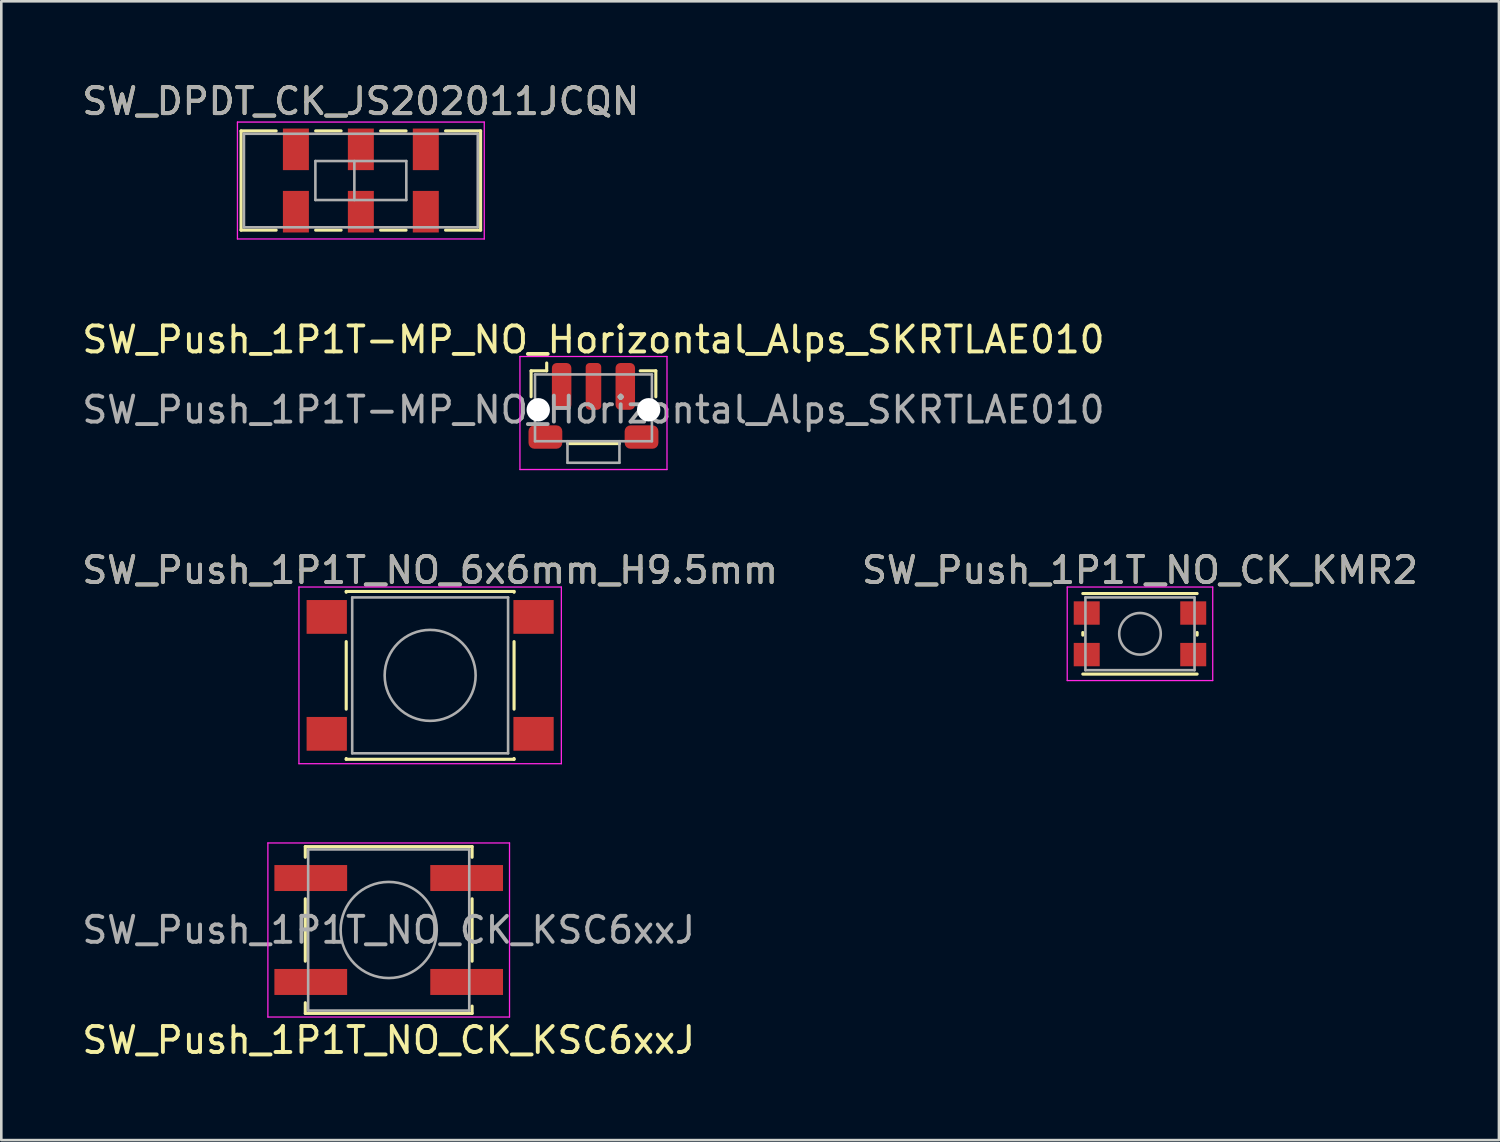
<source format=kicad_pcb>
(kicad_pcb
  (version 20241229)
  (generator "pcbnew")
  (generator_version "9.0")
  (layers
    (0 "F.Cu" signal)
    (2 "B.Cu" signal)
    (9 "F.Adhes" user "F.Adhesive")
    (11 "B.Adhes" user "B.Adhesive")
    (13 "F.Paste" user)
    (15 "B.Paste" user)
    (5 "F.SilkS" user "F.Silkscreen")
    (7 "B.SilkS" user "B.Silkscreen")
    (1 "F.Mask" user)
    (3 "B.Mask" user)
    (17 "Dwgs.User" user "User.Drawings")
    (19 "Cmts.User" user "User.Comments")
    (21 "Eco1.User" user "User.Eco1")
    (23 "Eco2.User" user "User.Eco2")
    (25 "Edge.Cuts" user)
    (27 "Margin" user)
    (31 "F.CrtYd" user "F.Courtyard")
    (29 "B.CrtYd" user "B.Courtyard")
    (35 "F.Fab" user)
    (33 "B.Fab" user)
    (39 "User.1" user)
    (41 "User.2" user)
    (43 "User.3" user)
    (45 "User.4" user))
  (footprint "SW_Push_1P1T_NO_CK_KMR2"
    (layer "F.Cu")
    (at 40.827 21.345)
    (property "Reference" "SW_Push_1P1T_NO_CK_KMR2" (at 0 -2.45 0) (layer "F.SilkS") (effects (font (size 1 1) (thickness 0.15))))
    (attr smd)
    (fp_line (start -2.2 0.05) (end -2.2 -0.05) (stroke (width 0.12) (type solid)) (layer "F.SilkS"))
    (fp_line (start -2.2 1.55) (end 2.2 1.55) (stroke (width 0.12) (type solid)) (layer "F.SilkS"))
    (fp_line (start 2.2 -1.55) (end -2.2 -1.55) (stroke (width 0.12) (type solid)) (layer "F.SilkS"))
    (fp_line (start 2.2 0.05) (end 2.2 -0.05) (stroke (width 0.12) (type solid)) (layer "F.SilkS"))
    (fp_line (start -2.8 -1.8) (end 2.8 -1.8) (stroke (width 0.05) (type solid)) (layer "F.CrtYd"))
    (fp_line (start -2.8 1.8) (end -2.8 -1.8) (stroke (width 0.05) (type solid)) (layer "F.CrtYd"))
    (fp_line (start 2.8 -1.8) (end 2.8 1.8) (stroke (width 0.05) (type solid)) (layer "F.CrtYd"))
    (fp_line (start 2.8 1.8) (end -2.8 1.8) (stroke (width 0.05) (type solid)) (layer "F.CrtYd"))
    (fp_line (start -2.1 -1.4) (end 2.1 -1.4) (stroke (width 0.1) (type solid)) (layer "F.Fab"))
    (fp_line (start -2.1 1.4) (end -2.1 -1.4) (stroke (width 0.1) (type solid)) (layer "F.Fab"))
    (fp_line (start 2.1 -1.4) (end 2.1 1.4) (stroke (width 0.1) (type solid)) (layer "F.Fab"))
    (fp_line (start 2.1 1.4) (end -2.1 1.4) (stroke (width 0.1) (type solid)) (layer "F.Fab"))
    (fp_circle (center 0 0) (end 0 0.8) (stroke (width 0.1) (type solid)) (fill no) (layer "F.Fab"))
    (fp_text user "${REFERENCE}" (at 0 -2.45 0) (layer "F.Fab") (effects (font (size 1 1) (thickness 0.15))))
    (pad "1" smd rect (at -2.05 -0.8 90) (size 0.9 1) (layers "F.Cu" "F.Mask" "F.Paste"))
    (pad "1" smd rect (at 2.05 -0.8 90) (size 0.9 1) (layers "F.Cu" "F.Mask" "F.Paste"))
    (pad "2" smd rect (at -2.05 0.8 90) (size 0.9 1) (layers "F.Cu" "F.Mask" "F.Paste"))
    (pad "2" smd rect (at 2.05 0.8 90) (size 0.9 1) (layers "F.Cu" "F.Mask" "F.Paste")))
  (footprint "SW_Push_1P1T-MP_NO_Horizontal_Alps_SKRTLAE010"
    (layer "F.Cu")
    (at 19.792 12.722)
    (property "Reference" "SW_Push_1P1T-MP_NO_Horizontal_Alps_SKRTLAE010" (at 0 -2.7 180) (layer "F.SilkS") (effects (font (size 1 1) (thickness 0.15))))
    (attr smd)
    (fp_line (start -2.4 -1.5) (end -2.4 -0.5) (stroke (width 0.12) (type solid)) (layer "F.SilkS"))
    (fp_line (start -1.8 -1.5) (end -2.4 -1.5) (stroke (width 0.12) (type solid)) (layer "F.SilkS"))
    (fp_line (start -1.8 -1.5) (end -1.8 -1.8) (stroke (width 0.12) (type solid)) (layer "F.SilkS"))
    (fp_line (start -1 1.3) (end 1 1.3) (stroke (width 0.12) (type solid)) (layer "F.SilkS"))
    (fp_line (start 1.8 -1.5) (end 2.4 -1.5) (stroke (width 0.12) (type solid)) (layer "F.SilkS"))
    (fp_line (start 2.4 -1.5) (end 2.4 -0.5) (stroke (width 0.12) (type solid)) (layer "F.SilkS"))
    (fp_line (start -2.83 -2.05) (end -2.83 2.3) (stroke (width 0.05) (type solid)) (layer "F.CrtYd"))
    (fp_line (start -2.83 -2.05) (end 2.83 -2.05) (stroke (width 0.05) (type solid)) (layer "F.CrtYd"))
    (fp_line (start -2.83 2.3) (end 2.83 2.3) (stroke (width 0.05) (type solid)) (layer "F.CrtYd"))
    (fp_line (start 2.83 -2.05) (end 2.83 2.3) (stroke (width 0.05) (type solid)) (layer "F.CrtYd"))
    (fp_line (start -2.25 -1.36) (end -2.25 1.21) (stroke (width 0.1) (type solid)) (layer "F.Fab"))
    (fp_line (start -2.25 -1.36) (end 2.25 -1.36) (stroke (width 0.1) (type solid)) (layer "F.Fab"))
    (fp_line (start -2.25 1.21) (end 2.25 1.21) (stroke (width 0.1) (type solid)) (layer "F.Fab"))
    (fp_line (start -1 2.04) (end -1 1.21) (stroke (width 0.1) (type solid)) (layer "F.Fab"))
    (fp_line (start -1 2.04) (end 1 2.04) (stroke (width 0.1) (type solid)) (layer "F.Fab"))
    (fp_line (start 1 2.04) (end 1 1.21) (stroke (width 0.1) (type solid)) (layer "F.Fab"))
    (fp_line (start 2.25 -1.36) (end 2.25 1.21) (stroke (width 0.1) (type solid)) (layer "F.Fab"))
    (fp_text user "${REFERENCE}" (at 0 0 0) (layer "F.Fab") (effects (font (size 1 1) (thickness 0.15))))
    (pad "" np_thru_hole circle (at -2.125 0) (size 0.9 0.9) (drill 0.9) (layers "*.Cu" "*.Mask"))
    (pad "" np_thru_hole circle (at 2.125 0) (size 0.9 0.9) (drill 0.9) (layers "*.Cu" "*.Mask"))
    (pad "1" smd roundrect (at -1.225 -0.9) (size 0.75 1.8) (layers "F.Cu" "F.Mask" "F.Paste") (roundrect_rratio 0.25))
    (pad "1" smd roundrect (at 1.225 -0.9) (size 0.75 1.8) (layers "F.Cu" "F.Mask" "F.Paste") (roundrect_rratio 0.25))
    (pad "2" smd roundrect (at 0 -0.9) (size 0.6 1.8) (layers "F.Cu" "F.Mask" "F.Paste") (roundrect_rratio 0.25))
    (pad "MP" smd roundrect (at -1.85 1.05) (size 1.3 0.9) (layers "F.Cu" "F.Mask" "F.Paste") (roundrect_rratio 0.25))
    (pad "MP" smd roundrect (at 1.85 1.05) (size 1.3 0.9) (layers "F.Cu" "F.Mask" "F.Paste") (roundrect_rratio 0.25)))
  (footprint "SW_Push_1P1T_NO_6x6mm_H9.5mm"
    (layer "F.Cu")
    (at 13.506 22.945)
    (property "Reference" "SW_Push_1P1T_NO_6x6mm_H9.5mm" (at 0 -4.05 0) (layer "F.SilkS") (effects (font (size 1 1) (thickness 0.15))))
    (attr smd)
    (fp_line (start -3.23 -3.23) (end 3.23 -3.23) (stroke (width 0.12) (type solid)) (layer "F.SilkS"))
    (fp_line (start -3.23 -3.2) (end -3.23 -3.23) (stroke (width 0.12) (type solid)) (layer "F.SilkS"))
    (fp_line (start -3.23 -1.3) (end -3.23 1.3) (stroke (width 0.12) (type solid)) (layer "F.SilkS"))
    (fp_line (start -3.23 3.23) (end -3.23 3.2) (stroke (width 0.12) (type solid)) (layer "F.SilkS"))
    (fp_line (start -3.23 3.23) (end 3.23 3.23) (stroke (width 0.12) (type solid)) (layer "F.SilkS"))
    (fp_line (start 3.23 -3.23) (end 3.23 -3.2) (stroke (width 0.12) (type solid)) (layer "F.SilkS"))
    (fp_line (start 3.23 -1.3) (end 3.23 1.3) (stroke (width 0.12) (type solid)) (layer "F.SilkS"))
    (fp_line (start 3.23 3.23) (end 3.23 3.2) (stroke (width 0.12) (type solid)) (layer "F.SilkS"))
    (fp_line (start -5.05 -3.4) (end -5.05 3.4) (stroke (width 0.05) (type solid)) (layer "F.CrtYd"))
    (fp_line (start -5.05 -3.4) (end 5.05 -3.4) (stroke (width 0.05) (type solid)) (layer "F.CrtYd"))
    (fp_line (start -5.05 3.4) (end 5.05 3.4) (stroke (width 0.05) (type solid)) (layer "F.CrtYd"))
    (fp_line (start 5.05 3.4) (end 5.05 -3.4) (stroke (width 0.05) (type solid)) (layer "F.CrtYd"))
    (fp_line (start -3 -3) (end -3 3) (stroke (width 0.1) (type solid)) (layer "F.Fab"))
    (fp_line (start -3 3) (end 3 3) (stroke (width 0.1) (type solid)) (layer "F.Fab"))
    (fp_line (start 3 -3) (end -3 -3) (stroke (width 0.1) (type solid)) (layer "F.Fab"))
    (fp_line (start 3 3) (end 3 -3) (stroke (width 0.1) (type solid)) (layer "F.Fab"))
    (fp_circle (center 0 0) (end 1.75 -0.05) (stroke (width 0.1) (type solid)) (fill no) (layer "F.Fab"))
    (fp_text user "${REFERENCE}" (at 0 -4.05 0) (layer "F.Fab") (effects (font (size 1 1) (thickness 0.15))))
    (pad "1" smd rect (at -3.98 -2.25) (size 1.55 1.3) (layers "F.Cu" "F.Mask" "F.Paste"))
    (pad "1" smd rect (at 3.98 -2.25) (size 1.55 1.3) (layers "F.Cu" "F.Mask" "F.Paste"))
    (pad "2" smd rect (at -3.98 2.25) (size 1.55 1.3) (layers "F.Cu" "F.Mask" "F.Paste"))
    (pad "2" smd rect (at 3.98 2.25) (size 1.55 1.3) (layers "F.Cu" "F.Mask" "F.Paste")))
  (footprint "SW_DPDT_CK_JS202011JCQN"
    (layer "F.Cu")
    (at 10.839 3.898)
    (property "Reference" "SW_DPDT_CK_JS202011JCQN" (at 0 -3.05 0) (layer "F.SilkS") (effects (font (size 1 1) (thickness 0.15))))
    (attr smd)
    (fp_line (start -4.61 -1.91) (end -4.61 1.91) (stroke (width 0.12) (type solid)) (layer "F.SilkS"))
    (fp_line (start -4.61 1.91) (end -3.26 1.91) (stroke (width 0.12) (type solid)) (layer "F.SilkS"))
    (fp_line (start -3.26 -1.91) (end -4.61 -1.91) (stroke (width 0.12) (type solid)) (layer "F.SilkS"))
    (fp_line (start -0.76 -1.91) (end -1.74 -1.91) (stroke (width 0.12) (type solid)) (layer "F.SilkS"))
    (fp_line (start -0.76 1.91) (end -1.74 1.91) (stroke (width 0.12) (type solid)) (layer "F.SilkS"))
    (fp_line (start 1.74 -1.91) (end 0.76 -1.91) (stroke (width 0.12) (type solid)) (layer "F.SilkS"))
    (fp_line (start 1.74 1.91) (end 0.76 1.91) (stroke (width 0.12) (type solid)) (layer "F.SilkS"))
    (fp_line (start 4.61 -1.91) (end 3.26 -1.91) (stroke (width 0.12) (type solid)) (layer "F.SilkS"))
    (fp_line (start 4.61 -1.91) (end 4.61 1.91) (stroke (width 0.12) (type solid)) (layer "F.SilkS"))
    (fp_line (start 4.61 1.91) (end 3.26 1.91) (stroke (width 0.12) (type solid)) (layer "F.SilkS"))
    (fp_line (start -4.75 -2.25) (end -4.75 2.25) (stroke (width 0.05) (type solid)) (layer "F.CrtYd"))
    (fp_line (start -4.75 -2.25) (end 4.75 -2.25) (stroke (width 0.05) (type solid)) (layer "F.CrtYd"))
    (fp_line (start 4.75 -2.25) (end 4.75 2.25) (stroke (width 0.05) (type solid)) (layer "F.CrtYd"))
    (fp_line (start 4.75 2.25) (end -4.75 2.25) (stroke (width 0.05) (type solid)) (layer "F.CrtYd"))
    (fp_line (start -4.5 -1.8) (end 4.5 -1.8) (stroke (width 0.1) (type solid)) (layer "F.Fab"))
    (fp_line (start -4.5 1.8) (end -4.5 -1.8) (stroke (width 0.1) (type solid)) (layer "F.Fab"))
    (fp_line (start -1.75 -0.75) (end -1.75 0.75) (stroke (width 0.1) (type solid)) (layer "F.Fab"))
    (fp_line (start -1.75 -0.75) (end 1.75 -0.75) (stroke (width 0.1) (type solid)) (layer "F.Fab"))
    (fp_line (start -0.25 -0.75) (end -0.25 0.75) (stroke (width 0.1) (type solid)) (layer "F.Fab"))
    (fp_line (start 1.75 -0.75) (end 1.75 0.75) (stroke (width 0.1) (type solid)) (layer "F.Fab"))
    (fp_line (start 1.75 0.75) (end -1.75 0.75) (stroke (width 0.1) (type solid)) (layer "F.Fab"))
    (fp_line (start 4.5 -1.8) (end 4.5 1.8) (stroke (width 0.1) (type solid)) (layer "F.Fab"))
    (fp_line (start 4.5 1.8) (end -4.5 1.8) (stroke (width 0.1) (type solid)) (layer "F.Fab"))
    (fp_text user "${REFERENCE}" (at 0 -3.05 0) (layer "F.Fab") (effects (font (size 1 1) (thickness 0.15))))
    (pad "1" smd rect (at -2.5 1.2) (size 1 1.6) (layers "F.Cu" "F.Mask" "F.Paste"))
    (pad "2" smd rect (at 0 1.2) (size 1 1.6) (layers "F.Cu" "F.Mask" "F.Paste"))
    (pad "3" smd rect (at 2.5 1.2) (size 1 1.6) (layers "F.Cu" "F.Mask" "F.Paste"))
    (pad "4" smd rect (at -2.5 -1.2) (size 1 1.6) (layers "F.Cu" "F.Mask" "F.Paste"))
    (pad "5" smd rect (at 0 -1.2) (size 1 1.6) (layers "F.Cu" "F.Mask" "F.Paste"))
    (pad "6" smd rect (at 2.5 -1.2) (size 1 1.6) (layers "F.Cu" "F.Mask" "F.Paste")))
  (footprint "SW_Push_1P1T_NO_CK_KSC6xxJ"
    (layer "F.Cu")
    (at 11.911 32.745)
    (property "Reference" "SW_Push_1P1T_NO_CK_KSC6xxJ" (at 0 4.24 0) (layer "F.SilkS") (effects (font (size 1 1) (thickness 0.15))))
    (attr smd)
    (fp_line (start -3.21 -3.21) (end -3.21 -2.8) (stroke (width 0.12) (type solid)) (layer "F.SilkS"))
    (fp_line (start -3.21 -1.2) (end -3.21 1.2) (stroke (width 0.12) (type solid)) (layer "F.SilkS"))
    (fp_line (start -3.21 2.8) (end -3.21 3.21) (stroke (width 0.12) (type solid)) (layer "F.SilkS"))
    (fp_line (start -3.21 3.21) (end 3.21 3.21) (stroke (width 0.12) (type solid)) (layer "F.SilkS"))
    (fp_line (start 3.21 -3.21) (end -3.21 -3.21) (stroke (width 0.12) (type solid)) (layer "F.SilkS"))
    (fp_line (start 3.21 -2.8) (end 3.21 -3.21) (stroke (width 0.12) (type solid)) (layer "F.SilkS"))
    (fp_line (start 3.21 1.2) (end 3.21 -1.2) (stroke (width 0.12) (type solid)) (layer "F.SilkS"))
    (fp_line (start 3.21 3.21) (end 3.21 2.93) (stroke (width 0.12) (type solid)) (layer "F.SilkS"))
    (fp_line (start -4.65 -3.35) (end 4.65 -3.35) (stroke (width 0.05) (type solid)) (layer "F.CrtYd"))
    (fp_line (start -4.65 3.35) (end -4.65 -3.35) (stroke (width 0.05) (type solid)) (layer "F.CrtYd"))
    (fp_line (start 4.65 -3.35) (end 4.65 3.35) (stroke (width 0.05) (type solid)) (layer "F.CrtYd"))
    (fp_line (start 4.65 3.35) (end -4.65 3.35) (stroke (width 0.05) (type solid)) (layer "F.CrtYd"))
    (fp_line (start -3.1 -3.1) (end 3.1 -3.1) (stroke (width 0.1) (type solid)) (layer "F.Fab"))
    (fp_line (start -3.1 3.1) (end -3.1 -3.1) (stroke (width 0.1) (type solid)) (layer "F.Fab"))
    (fp_line (start 3.1 -3.1) (end 3.1 3.1) (stroke (width 0.1) (type solid)) (layer "F.Fab"))
    (fp_line (start 3.1 3.1) (end -3.1 3.1) (stroke (width 0.1) (type solid)) (layer "F.Fab"))
    (fp_circle (center 0 0) (end 1.85 0) (stroke (width 0.1) (type solid)) (fill no) (layer "F.Fab"))
    (fp_text user "${REFERENCE}" (at 0 0 0) (layer "F.Fab") (effects (font (size 1 1) (thickness 0.15))))
    (pad "1" smd rect (at -3 -2) (size 2.8 1) (layers "F.Cu" "F.Mask" "F.Paste"))
    (pad "1" smd rect (at 3 -2) (size 2.8 1) (layers "F.Cu" "F.Mask" "F.Paste"))
    (pad "2" smd rect (at -3 2) (size 2.8 1) (layers "F.Cu" "F.Mask" "F.Paste"))
    (pad "2" smd rect (at 3 2) (size 2.8 1) (layers "F.Cu" "F.Mask" "F.Paste")))
  (gr_rect
    (start -3 -3)
    (end 54.643 40.833)
    (stroke (width 0.1) (type default))
    (fill no)
    (layer "Edge.Cuts")))
</source>
